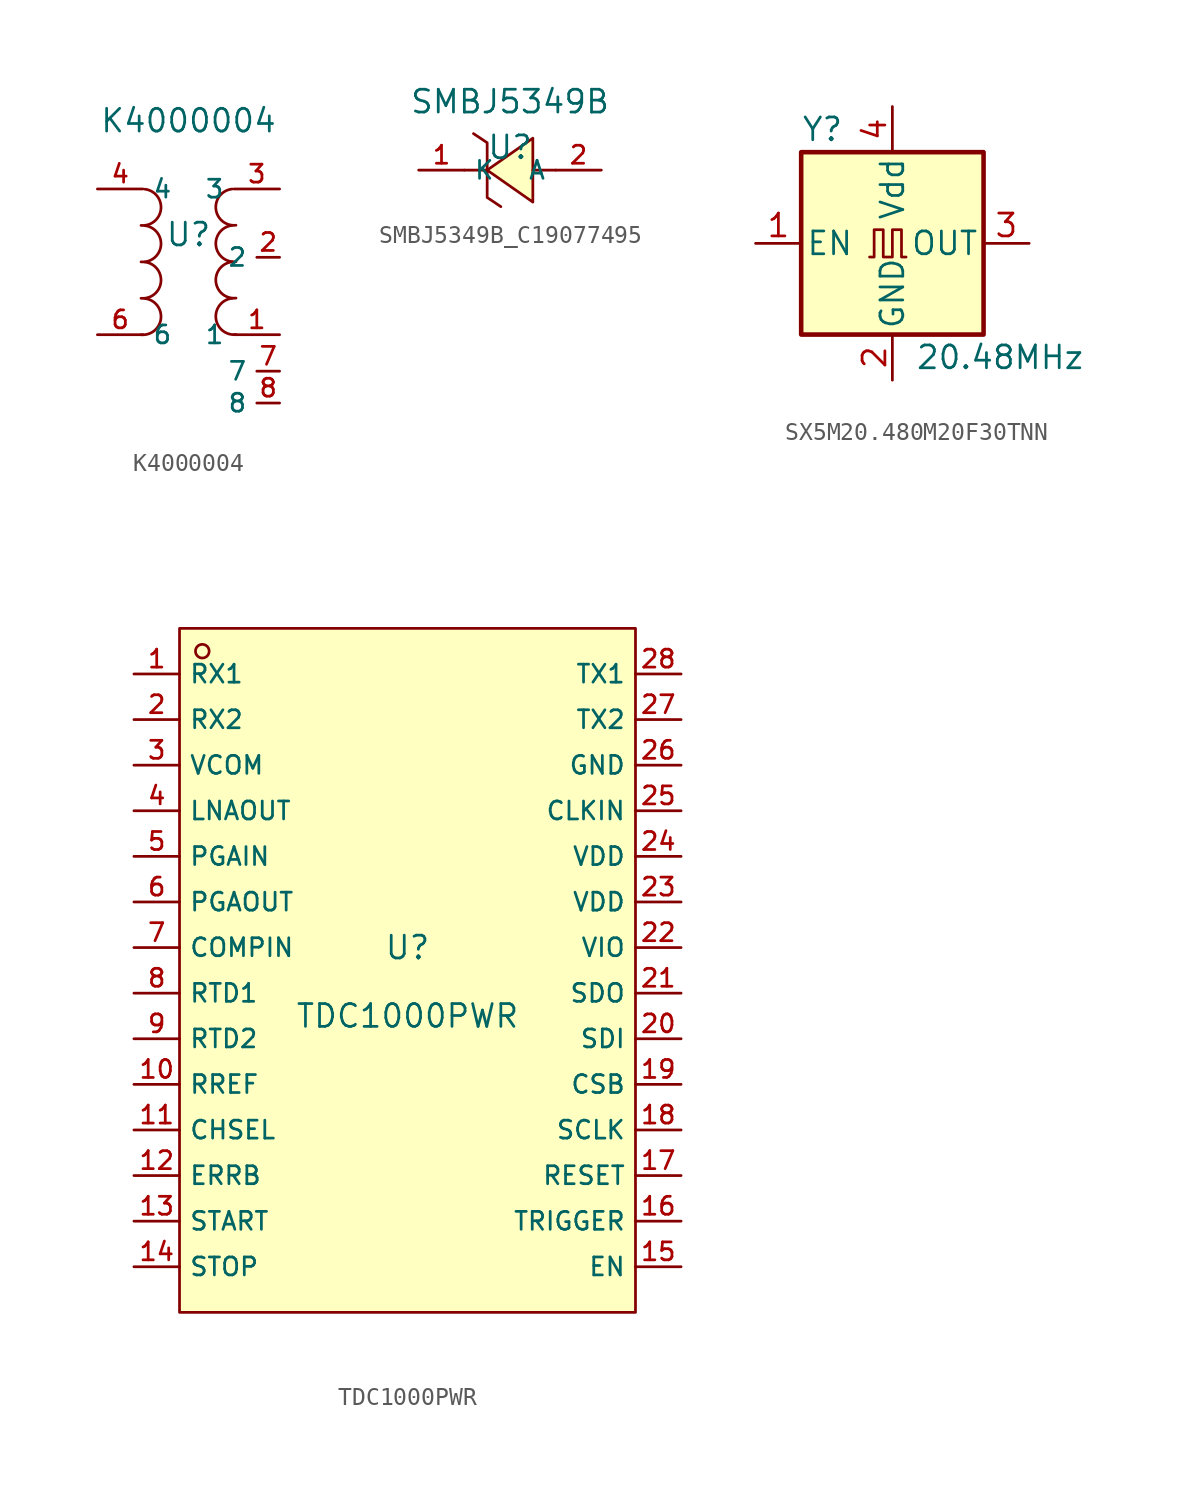
<source format=kicad_sym>
(kicad_symbol_lib
  (version 20241209)
  (generator "kicad_symbol_editor")
  (generator_version "9.0")
  (symbol "K4000004"
    (property "Reference" "U"
      (at 0 2.54 0)
      (effects (font (size 1.27 1.27))))
    (property "Value" "K4000004"
      (at 0 8.89 0)
      (effects (font (size 1.27 1.27))))
    (symbol "K4000004_0_1"
      (arc (start -2.4311 5.0695) (mid -1.529 3.9513) (end -2.6471 3.049) (stroke (width 0) (type default)) (fill (type none)))
      (arc (start -2.4311 3.0368) (mid -1.529 1.9187) (end -2.647 1.0163) (stroke (width 0) (type default)) (fill (type none)))
      (arc (start -2.4311 1.0055) (mid -1.529 -0.1127) (end -2.6471 -1.015) (stroke (width 0) (type default)) (fill (type none)))
      (arc (start -2.4311 -1.0272) (mid -1.529 -2.1453) (end -2.647 -3.0477) (stroke (width 0) (type default)) (fill (type none)))
      (arc (start 2.647 3.0587) (mid 1.5289 3.961) (end 2.4311 5.0792) (stroke (width 0) (type default)) (fill (type none)))
      (arc (start 2.647 -1.0053) (mid 1.5289 -0.103) (end 2.4311 1.0152) (stroke (width 0) (type default)) (fill (type none)))
      (arc (start 2.6471 1.026) (mid 1.529 1.9283) (end 2.4312 3.0465) (stroke (width 0) (type default)) (fill (type none)))
      (arc (start 2.6471 -3.038) (mid 1.529 -2.1357) (end 2.4312 -1.0175) (stroke (width 0) (type default)) (fill (type none)))
      (pin unspecified line (at -5.08 5.08 0) (length 2.54) (name "4" (effects (font (size 1 1)))) (number "4" (effects (font (size 1 1)))))
      (pin unspecified line (at -5.08 -3.048 0) (length 2.54) (name "6" (effects (font (size 1 1)))) (number "6" (effects (font (size 1 1)))))
      (pin unspecified line (at 5.08 5.08 180) (length 2.54) (name "3" (effects (font (size 1 1)))) (number "3" (effects (font (size 1 1)))))
      (pin unspecified line (at 5.08 1.27 180) (length 1.27) (name "2" (effects (font (size 1 1)))) (number "2" (effects (font (size 1 1)))))
      (pin unspecified line (at 5.08 -3.048 180) (length 2.54) (name "1" (effects (font (size 1 1)))) (number "1" (effects (font (size 1 1)))))
      (pin unspecified line (at 5.08 -5.08 180) (length 1.27) (name "7" (effects (font (size 1 1)))) (number "7" (effects (font (size 1 1)))))
      (pin unspecified line (at 5.08 -6.858 180) (length 1.27) (name "8" (effects (font (size 1 1)))) (number "8" (effects (font (size 1 1)))))))
  (symbol "SMBJ5349B_C19077495"
    (property "Reference" "U"
      (at 0 1.27 0)
      (effects (font (size 1.27 1.27))))
    (property "Value" "SMBJ5349B"
      (at 0 3.81 0)
      (effects (font (size 1.27 1.27))))
    (symbol "SMBJ5349B_C19077495_0_1"
      (polyline (pts (xy -2.032 2.032) (xy -1.27 1.524) (xy -1.27 -1.524) (xy -0.508 -2.032)) (stroke (width 0) (type default)) (fill (type none)))
      (polyline (pts (xy -1.27 0) (xy -2.54 0)) (stroke (width 0) (type default)) (fill (type none)))
      (polyline (pts (xy 1.27 1.778) (xy -1.27 0) (xy 1.27 -1.778) (xy 1.27 1.778)) (stroke (width 0) (type default)) (fill (type background)))
      (polyline (pts (xy 2.54 0) (xy 1.27 0)) (stroke (width 0) (type default)) (fill (type none)))
      (pin unspecified line (at -5.08 0 0) (length 2.54) (name "K" (effects (font (size 1 1)))) (number "1" (effects (font (size 1 1)))))
      (pin unspecified line (at 5.08 0 180) (length 2.54) (name "A" (effects (font (size 1 1)))) (number "2" (effects (font (size 1 1)))))))
  (symbol "SX5M20.480M20F30TNN"
    (pin_names
      (offset 0.254))
    (property "Reference" "Y"
      (at -5.08 6.35 0)
      (effects (font (size 1.27 1.27)) (justify left)))
    (property "Value" "20.48MHz"
      (at 1.27 -6.35 0)
      (effects (font (size 1.27 1.27)) (justify left)))
    (symbol "SX5M20.480M20F30TNN_0_1"
      (rectangle (start -5.08 5.08) (end 5.08 -5.08) (stroke (width 0.254) (type default)) (fill (type background)))
      (polyline (pts (xy -1.27 -0.762) (xy -1.016 -0.762) (xy -1.016 0.762) (xy -0.508 0.762) (xy -0.508 -0.762) (xy 0 -0.762) (xy 0 0.762) (xy 0.508 0.762) (xy 0.508 -0.762) (xy 0.762 -0.762)) (stroke (width 0) (type default)) (fill (type none))))
    (symbol "SX5M20.480M20F30TNN_1_1"
      (pin input line (at -7.62 0 0) (length 2.54) (name "EN" (effects (font (size 1.27 1.27)))) (number "1" (effects (font (size 1.27 1.27)))))
      (pin power_in line (at 0 7.62 270) (length 2.54) (name "Vdd" (effects (font (size 1.27 1.27)))) (number "4" (effects (font (size 1.27 1.27)))))
      (pin power_in line (at 0 -7.62 90) (length 2.54) (name "GND" (effects (font (size 1.27 1.27)))) (number "2" (effects (font (size 1.27 1.27)))))
      (pin output line (at 7.62 0 180) (length 2.54) (name "OUT" (effects (font (size 1.27 1.27)))) (number "3" (effects (font (size 1.27 1.27)))))))
  (symbol "TDC1000PWR"
    (property "Reference" "U"
      (at 0 1.27 0)
      (effects (font (size 1.27 1.27))))
    (property "Value" "TDC1000PWR"
      (at 0 -2.54 0)
      (effects (font (size 1.27 1.27))))
    (symbol "TDC1000PWR_0_1"
      (rectangle (start -12.7 19.05) (end 12.7 -19.05) (stroke (width 0) (type default)) (fill (type background)))
      (circle (center -11.43 17.78) (radius 0.381) (stroke (width 0) (type default)) (fill (type background)))
      (pin unspecified line (at -15.24 16.51 0) (length 2.54) (name "RX1" (effects (font (size 1 1)))) (number "1" (effects (font (size 1 1)))))
      (pin unspecified line (at -15.24 13.97 0) (length 2.54) (name "RX2" (effects (font (size 1 1)))) (number "2" (effects (font (size 1 1)))))
      (pin unspecified line (at -15.24 11.43 0) (length 2.54) (name "VCOM" (effects (font (size 1 1)))) (number "3" (effects (font (size 1 1)))))
      (pin unspecified line (at -15.24 8.89 0) (length 2.54) (name "LNAOUT" (effects (font (size 1 1)))) (number "4" (effects (font (size 1 1)))))
      (pin unspecified line (at -15.24 6.35 0) (length 2.54) (name "PGAIN" (effects (font (size 1 1)))) (number "5" (effects (font (size 1 1)))))
      (pin unspecified line (at -15.24 3.81 0) (length 2.54) (name "PGAOUT" (effects (font (size 1 1)))) (number "6" (effects (font (size 1 1)))))
      (pin unspecified line (at -15.24 1.27 0) (length 2.54) (name "COMPIN" (effects (font (size 1 1)))) (number "7" (effects (font (size 1 1)))))
      (pin unspecified line (at -15.24 -1.27 0) (length 2.54) (name "RTD1" (effects (font (size 1 1)))) (number "8" (effects (font (size 1 1)))))
      (pin unspecified line (at -15.24 -3.81 0) (length 2.54) (name "RTD2" (effects (font (size 1 1)))) (number "9" (effects (font (size 1 1)))))
      (pin unspecified line (at -15.24 -6.35 0) (length 2.54) (name "RREF" (effects (font (size 1 1)))) (number "10" (effects (font (size 1 1)))))
      (pin unspecified line (at -15.24 -8.89 0) (length 2.54) (name "CHSEL" (effects (font (size 1 1)))) (number "11" (effects (font (size 1 1)))))
      (pin unspecified line (at -15.24 -11.43 0) (length 2.54) (name "ERRB" (effects (font (size 1 1)))) (number "12" (effects (font (size 1 1)))))
      (pin unspecified line (at -15.24 -13.97 0) (length 2.54) (name "START" (effects (font (size 1 1)))) (number "13" (effects (font (size 1 1)))))
      (pin unspecified line (at -15.24 -16.51 0) (length 2.54) (name "STOP" (effects (font (size 1 1)))) (number "14" (effects (font (size 1 1)))))
      (pin unspecified line (at 15.24 16.51 180) (length 2.54) (name "TX1" (effects (font (size 1 1)))) (number "28" (effects (font (size 1 1)))))
      (pin unspecified line (at 15.24 13.97 180) (length 2.54) (name "TX2" (effects (font (size 1 1)))) (number "27" (effects (font (size 1 1)))))
      (pin unspecified line (at 15.24 11.43 180) (length 2.54) (name "GND" (effects (font (size 1 1)))) (number "26" (effects (font (size 1 1)))))
      (pin unspecified line (at 15.24 8.89 180) (length 2.54) (name "CLKIN" (effects (font (size 1 1)))) (number "25" (effects (font (size 1 1)))))
      (pin unspecified line (at 15.24 6.35 180) (length 2.54) (name "VDD" (effects (font (size 1 1)))) (number "24" (effects (font (size 1 1)))))
      (pin unspecified line (at 15.24 3.81 180) (length 2.54) (name "VDD" (effects (font (size 1 1)))) (number "23" (effects (font (size 1 1)))))
      (pin unspecified line (at 15.24 1.27 180) (length 2.54) (name "VIO" (effects (font (size 1 1)))) (number "22" (effects (font (size 1 1)))))
      (pin unspecified line (at 15.24 -1.27 180) (length 2.54) (name "SDO" (effects (font (size 1 1)))) (number "21" (effects (font (size 1 1)))))
      (pin unspecified line (at 15.24 -3.81 180) (length 2.54) (name "SDI" (effects (font (size 1 1)))) (number "20" (effects (font (size 1 1)))))
      (pin unspecified line (at 15.24 -6.35 180) (length 2.54) (name "CSB" (effects (font (size 1 1)))) (number "19" (effects (font (size 1 1)))))
      (pin unspecified line (at 15.24 -8.89 180) (length 2.54) (name "SCLK" (effects (font (size 1 1)))) (number "18" (effects (font (size 1 1)))))
      (pin unspecified line (at 15.24 -11.43 180) (length 2.54) (name "RESET" (effects (font (size 1 1)))) (number "17" (effects (font (size 1 1)))))
      (pin unspecified line (at 15.24 -13.97 180) (length 2.54) (name "TRIGGER" (effects (font (size 1 1)))) (number "16" (effects (font (size 1 1)))))
      (pin unspecified line (at 15.24 -16.51 180) (length 2.54) (name "EN" (effects (font (size 1 1)))) (number "15" (effects (font (size 1 1))))))))
</source>
